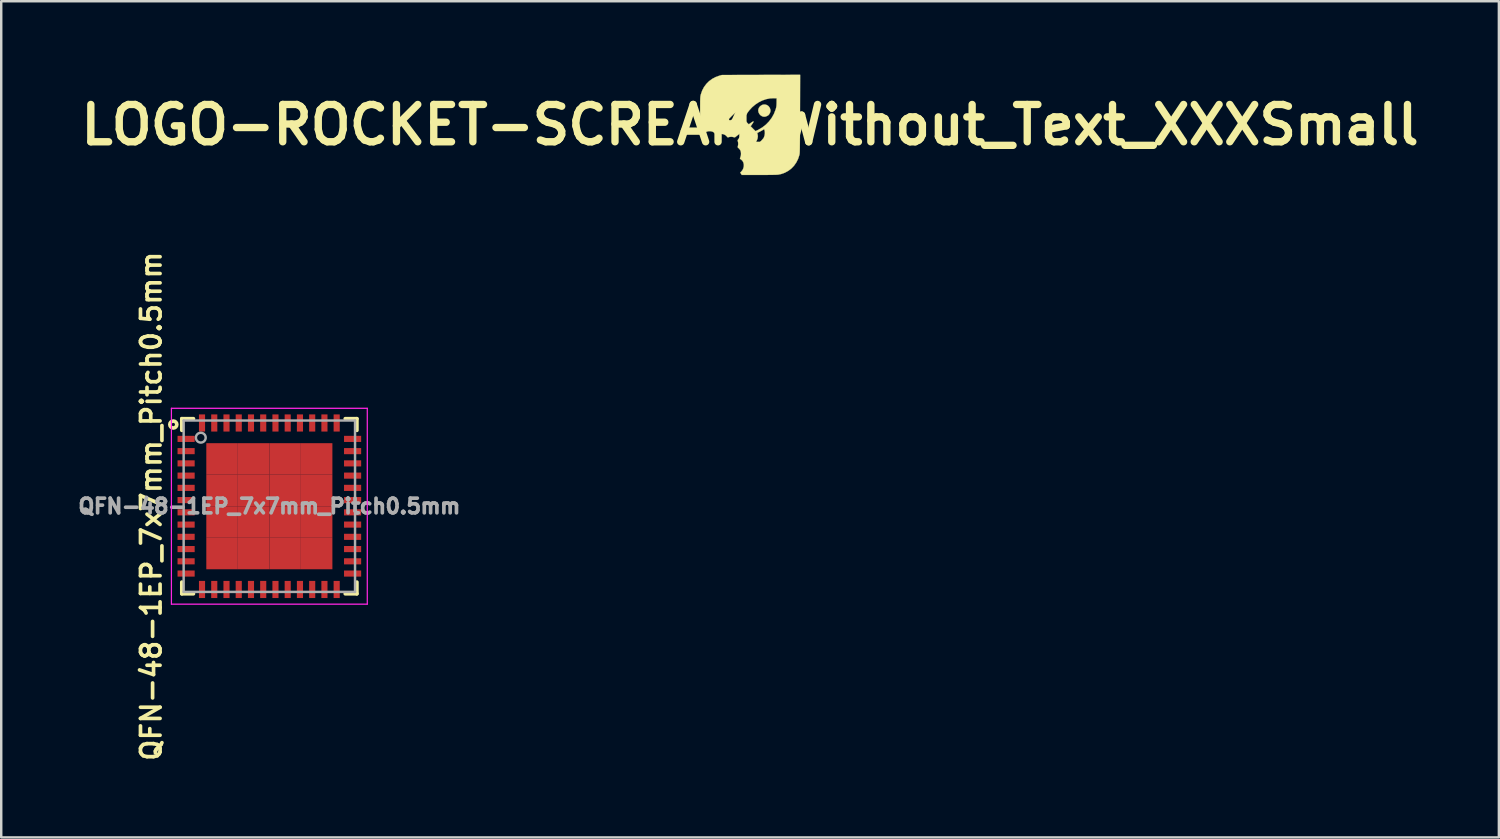
<source format=kicad_pcb>
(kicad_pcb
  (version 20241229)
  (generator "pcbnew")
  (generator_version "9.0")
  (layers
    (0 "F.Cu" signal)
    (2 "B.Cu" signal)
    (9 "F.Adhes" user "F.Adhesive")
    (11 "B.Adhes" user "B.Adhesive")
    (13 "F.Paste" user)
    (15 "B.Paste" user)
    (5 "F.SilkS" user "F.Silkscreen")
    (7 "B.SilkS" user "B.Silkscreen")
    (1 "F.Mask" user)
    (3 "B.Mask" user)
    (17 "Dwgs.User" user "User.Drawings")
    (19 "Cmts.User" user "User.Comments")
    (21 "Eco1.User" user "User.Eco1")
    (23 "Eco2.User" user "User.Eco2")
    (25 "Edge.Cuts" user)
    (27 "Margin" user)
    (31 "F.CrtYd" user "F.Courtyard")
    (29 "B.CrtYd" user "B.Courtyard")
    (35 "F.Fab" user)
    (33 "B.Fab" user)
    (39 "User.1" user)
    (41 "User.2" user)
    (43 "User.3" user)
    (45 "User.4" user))
  (footprint "LOGO-ROCKET-SCREAM_Without_Text_XXXSmall"
    (layer "F.Cu")
    (at 27.584 2.051)
    (property "Reference" "LOGO-ROCKET-SCREAM_Without_Text_XXXSmall" (at 0 0 0) (layer "F.SilkS") (effects (font (size 1.524 1.524) (thickness 0.3))))
    (attr through_hole)
    (fp_poly (pts (xy 0.63 -0.83) (xy 0.697 -0.807) (xy 0.756 -0.765) (xy 0.802 -0.703) (xy 0.805 -0.696) (xy 0.831 -0.628) (xy 0.836 -0.566) (xy 0.819 -0.502) (xy 0.803 -0.469) (xy 0.775 -0.423) (xy 0.743 -0.391) (xy 0.7 -0.366) (xy 0.63 -0.338) (xy 0.565 -0.333) (xy 0.499 -0.349) (xy 0.489 -0.354) (xy 0.427 -0.394) (xy 0.379 -0.449) (xy 0.347 -0.513) (xy 0.334 -0.581) (xy 0.337 -0.621) (xy 0.357 -0.688) (xy 0.395 -0.744) (xy 0.425 -0.772) (xy 0.489 -0.814) (xy 0.559 -0.833) (xy 0.63 -0.83)) (stroke (width 0.01) (type solid)) (fill yes) (layer "F.SilkS"))
    (fp_poly (pts (xy 2.041 -0.448) (xy 2.041 -0.212) (xy 2.04 -0.000273) (xy 2.039 0.189) (xy 2.039 0.357) (xy 2.038 0.505) (xy 2.037 0.634) (xy 2.036 0.747) (xy 2.035 0.843) (xy 2.034 0.925) (xy 2.033 0.994) (xy 2.031 1.051) (xy 2.03 1.097) (xy 2.028 1.135) (xy 2.026 1.165) (xy 2.023 1.189) (xy 2.02 1.208) (xy 2.017 1.223) (xy 2.015 1.232) (xy 1.961 1.393) (xy 1.887 1.539) (xy 1.795 1.67) (xy 1.686 1.783) (xy 1.562 1.877) (xy 1.425 1.952) (xy 1.274 2.006) (xy 1.156 2.031) (xy 1.125 2.034) (xy 1.071 2.037) (xy 0.995 2.039) (xy 0.9 2.041) (xy 0.788 2.042) (xy 0.66 2.044) (xy 0.519 2.044) (xy 0.367 2.045) (xy -0.338 2.045) (xy -0.401 1.949) (xy -0.358 1.906) (xy -0.306 1.841) (xy -0.272 1.766) (xy -0.255 1.687) (xy -0.256 1.608) (xy -0.274 1.534) (xy -0.309 1.47) (xy -0.354 1.426) (xy -0.384 1.404) (xy -0.406 1.387) (xy -0.41 1.384) (xy -0.411 1.369) (xy -0.402 1.339) (xy -0.394 1.32) (xy -0.375 1.255) (xy -0.369 1.18) (xy -0.375 1.106) (xy -0.392 1.047) (xy -0.418 1.006) (xy -0.452 0.966) (xy -0.463 0.956) (xy -0.491 0.932) (xy -0.498 0.921) (xy 0.171 0.921) (xy 0.175 0.923) (xy 0.193 0.91) (xy 0.223 0.883) (xy 0.262 0.847) (xy 0.307 0.803) (xy 0.356 0.754) (xy 0.405 0.703) (xy 0.452 0.654) (xy 0.493 0.608) (xy 0.527 0.569) (xy 0.551 0.539) (xy 0.56 0.525) (xy 0.591 0.439) (xy 0.605 0.348) (xy 0.601 0.262) (xy 0.598 0.248) (xy 0.588 0.21) (xy 0.579 0.185) (xy 0.574 0.178) (xy 0.559 0.184) (xy 0.532 0.201) (xy 0.527 0.204) (xy 0.498 0.222) (xy 0.454 0.247) (xy 0.404 0.273) (xy 0.391 0.28) (xy 0.294 0.33) (xy 0.306 0.371) (xy 0.319 0.462) (xy 0.308 0.554) (xy 0.273 0.644) (xy 0.249 0.684) (xy 0.211 0.759) (xy 0.193 0.821) (xy 0.184 0.866) (xy 0.176 0.904) (xy 0.171 0.921) (xy -0.498 0.921) (xy -0.503 0.913) (xy -0.502 0.89) (xy -0.496 0.868) (xy -0.485 0.804) (xy -0.485 0.738) (xy -0.495 0.681) (xy -0.5 0.667) (xy -0.506 0.65) (xy -0.507 0.634) (xy -0.5 0.615) (xy -0.483 0.589) (xy -0.454 0.55) (xy -0.426 0.514) (xy -0.354 0.424) (xy -0.294 0.345) (xy -0.278 0.324) (xy 0.267 0.324) (xy 0.273 0.33) (xy 0.279 0.324) (xy 0.273 0.318) (xy 0.267 0.324) (xy -0.278 0.324) (xy -0.245 0.28) (xy -0.209 0.231) (xy -0.188 0.198) (xy -0.181 0.183) (xy -0.181 0.183) (xy -0.192 0.188) (xy -0.22 0.207) (xy -0.261 0.236) (xy -0.311 0.273) (xy -0.367 0.316) (xy -0.426 0.36) (xy -0.484 0.405) (xy -0.538 0.447) (xy -0.582 0.483) (xy -0.61 0.504) (xy -0.632 0.51) (xy -0.659 0.505) (xy -0.671 0.5) (xy -0.748 0.485) (xy -0.828 0.49) (xy -0.866 0.5) (xy -0.894 0.509) (xy -0.913 0.508) (xy -0.931 0.494) (xy -0.953 0.467) (xy -1.011 0.415) (xy -1.081 0.382) (xy -1.16 0.368) (xy -1.242 0.374) (xy -1.314 0.398) (xy -1.377 0.427) (xy -1.415 0.37) (xy -1.468 0.314) (xy -1.534 0.276) (xy -1.609 0.257) (xy -1.689 0.257) (xy -1.769 0.276) (xy -1.845 0.314) (xy -1.886 0.346) (xy -1.945 0.398) (xy -1.992 0.371) (xy -2.038 0.344) (xy -2.038 -0.171) (xy -0.918 -0.171) (xy -0.914 -0.171) (xy -0.883 -0.178) (xy -0.839 -0.184) (xy -0.819 -0.187) (xy -0.759 -0.201) (xy -0.709 -0.23) (xy -0.241 -0.23) (xy -0.233 -0.213) (xy -0.209 -0.183) (xy -0.175 -0.146) (xy -0.147 -0.117) (xy -0.052 -0.024) (xy 0.04 -0.088) (xy 0.092 -0.123) (xy 0.126 -0.14) (xy 0.143 -0.139) (xy 0.141 -0.12) (xy 0.121 -0.083) (xy 0.09 -0.036) (xy 0.025 0.056) (xy 0.123 0.155) (xy 0.163 0.195) (xy 0.196 0.227) (xy 0.218 0.248) (xy 0.225 0.254) (xy 0.238 0.249) (xy 0.267 0.234) (xy 0.31 0.213) (xy 0.341 0.198) (xy 0.501 0.103) (xy 0.646 -0.01) (xy 0.774 -0.141) (xy 0.884 -0.287) (xy 0.974 -0.447) (xy 1.041 -0.618) (xy 1.049 -0.641) (xy 1.064 -0.696) (xy 1.074 -0.746) (xy 1.08 -0.798) (xy 1.083 -0.86) (xy 1.084 -0.921) (xy 1.086 -1.086) (xy 0.969 -1.089) (xy 0.814 -1.082) (xy 0.658 -1.051) (xy 0.504 -0.998) (xy 0.356 -0.924) (xy 0.215 -0.831) (xy 0.085 -0.721) (xy -0.031 -0.594) (xy -0.054 -0.565) (xy -0.095 -0.508) (xy -0.135 -0.446) (xy -0.173 -0.383) (xy -0.204 -0.325) (xy -0.228 -0.275) (xy -0.24 -0.24) (xy -0.241 -0.23) (xy -0.709 -0.23) (xy -0.703 -0.234) (xy -0.7 -0.236) (xy -0.616 -0.286) (xy -0.525 -0.312) (xy -0.44 -0.314) (xy -0.395 -0.309) (xy -0.359 -0.304) (xy -0.343 -0.3) (xy -0.329 -0.304) (xy -0.311 -0.327) (xy -0.287 -0.371) (xy -0.283 -0.379) (xy -0.258 -0.43) (xy -0.231 -0.478) (xy -0.21 -0.513) (xy -0.19 -0.544) (xy -0.179 -0.566) (xy -0.178 -0.571) (xy -0.189 -0.58) (xy -0.218 -0.59) (xy -0.249 -0.597) (xy -0.341 -0.604) (xy -0.435 -0.59) (xy -0.525 -0.556) (xy -0.532 -0.552) (xy -0.558 -0.534) (xy -0.594 -0.505) (xy -0.638 -0.467) (xy -0.686 -0.422) (xy -0.736 -0.374) (xy -0.785 -0.325) (xy -0.83 -0.279) (xy -0.869 -0.237) (xy -0.898 -0.204) (xy -0.916 -0.18) (xy -0.918 -0.171) (xy -2.038 -0.171) (xy -2.038 -0.396) (xy -2.038 -0.552) (xy -2.038 -0.685) (xy -2.038 -0.797) (xy -2.037 -0.89) (xy -2.037 -0.966) (xy -2.035 -1.028) (xy -2.034 -1.078) (xy -2.031 -1.118) (xy -2.029 -1.15) (xy -2.025 -1.177) (xy -2.021 -1.2) (xy -2.016 -1.222) (xy -2.01 -1.245) (xy -1.956 -1.401) (xy -1.881 -1.545) (xy -1.786 -1.673) (xy -1.674 -1.786) (xy -1.544 -1.881) (xy -1.4 -1.957) (xy -1.251 -2.01) (xy -1.149 -2.038) (xy 0.448 -2.042) (xy 2.046 -2.046) (xy 2.041 -0.448)) (stroke (width 0.01) (type solid)) (fill yes) (layer "F.SilkS")))
  (footprint "QFN-48-1EP_7x7mm_Pitch0.5mm"
    (layer "F.Cu")
    (at 7.951 17.626)
    (property "Reference" "QFN-48-1EP_7x7mm_Pitch0.5mm" (at -4.826 0 90) (layer "F.SilkS") (effects (font (size 0.8 0.8) (thickness 0.15))))
    (attr smd)
    (fp_line (start -3.575 -3.575) (end -3.575 -3.1) (stroke (width 0.15) (type solid)) (layer "F.SilkS"))
    (fp_line (start -3.575 -3.575) (end -3.1 -3.575) (stroke (width 0.15) (type solid)) (layer "F.SilkS"))
    (fp_line (start -3.575 3.575) (end -3.575 3.1) (stroke (width 0.15) (type solid)) (layer "F.SilkS"))
    (fp_line (start -3.575 3.575) (end -3.1 3.575) (stroke (width 0.15) (type solid)) (layer "F.SilkS"))
    (fp_line (start 3.575 -3.575) (end 3.1 -3.575) (stroke (width 0.15) (type solid)) (layer "F.SilkS"))
    (fp_line (start 3.575 -3.575) (end 3.575 -3.1) (stroke (width 0.15) (type solid)) (layer "F.SilkS"))
    (fp_line (start 3.575 3.575) (end 3.1 3.575) (stroke (width 0.15) (type solid)) (layer "F.SilkS"))
    (fp_line (start 3.575 3.575) (end 3.575 3.1) (stroke (width 0.15) (type solid)) (layer "F.SilkS"))
    (fp_circle (center -3.922 -3.337) (end -3.784 -3.302) (stroke (width 0.15) (type solid)) (fill no) (layer "F.SilkS"))
    (fp_line (start -4 -4) (end -4 4) (stroke (width 0.05) (type solid)) (layer "F.CrtYd"))
    (fp_line (start -4 -4) (end 4 -4) (stroke (width 0.05) (type solid)) (layer "F.CrtYd"))
    (fp_line (start -4 4) (end 4 4) (stroke (width 0.05) (type solid)) (layer "F.CrtYd"))
    (fp_line (start 4 -4) (end 4 4) (stroke (width 0.05) (type solid)) (layer "F.CrtYd"))
    (fp_line (start -3.5 3.5) (end -3.5 -3.5) (stroke (width 0.1) (type solid)) (layer "F.Fab"))
    (fp_line (start -3.5 3.5) (end 3.5 3.5) (stroke (width 0.1) (type solid)) (layer "F.Fab"))
    (fp_line (start 3.5 -3.5) (end -3.5 -3.5) (stroke (width 0.1) (type solid)) (layer "F.Fab"))
    (fp_line (start 3.5 -3.5) (end 3.5 3.5) (stroke (width 0.1) (type solid)) (layer "F.Fab"))
    (fp_circle (center -2.8 -2.8) (end -2.6 -2.8) (stroke (width 0.1) (type solid)) (fill no) (layer "F.Fab"))
    (fp_text user "${REFERENCE}" (at 0 0 180) (layer "F.Fab") (effects (font (size 0.6 0.6) (thickness 0.15))))
    (pad "1" smd rect (at -3.4 -2.75) (size 0.7 0.25) (layers "F.Cu" "F.Mask" "F.Paste"))
    (pad "2" smd rect (at -3.4 -2.25) (size 0.7 0.25) (layers "F.Cu" "F.Mask" "F.Paste"))
    (pad "3" smd rect (at -3.4 -1.75) (size 0.7 0.25) (layers "F.Cu" "F.Mask" "F.Paste"))
    (pad "4" smd rect (at -3.4 -1.25) (size 0.7 0.25) (layers "F.Cu" "F.Mask" "F.Paste"))
    (pad "5" smd rect (at -3.4 -0.75) (size 0.7 0.25) (layers "F.Cu" "F.Mask" "F.Paste"))
    (pad "6" smd rect (at -3.4 -0.25) (size 0.7 0.25) (layers "F.Cu" "F.Mask" "F.Paste"))
    (pad "7" smd rect (at -3.4 0.25) (size 0.7 0.25) (layers "F.Cu" "F.Mask" "F.Paste"))
    (pad "8" smd rect (at -3.4 0.75) (size 0.7 0.25) (layers "F.Cu" "F.Mask" "F.Paste"))
    (pad "9" smd rect (at -3.4 1.25) (size 0.7 0.25) (layers "F.Cu" "F.Mask" "F.Paste"))
    (pad "10" smd rect (at -3.4 1.75) (size 0.7 0.25) (layers "F.Cu" "F.Mask" "F.Paste"))
    (pad "11" smd rect (at -3.4 2.25) (size 0.7 0.25) (layers "F.Cu" "F.Mask" "F.Paste"))
    (pad "12" smd rect (at -3.4 2.75) (size 0.7 0.25) (layers "F.Cu" "F.Mask" "F.Paste"))
    (pad "13" smd rect (at -2.75 3.4 90) (size 0.7 0.25) (layers "F.Cu" "F.Mask" "F.Paste"))
    (pad "14" smd rect (at -2.25 3.4 90) (size 0.7 0.25) (layers "F.Cu" "F.Mask" "F.Paste"))
    (pad "15" smd rect (at -1.75 3.4 90) (size 0.7 0.25) (layers "F.Cu" "F.Mask" "F.Paste"))
    (pad "16" smd rect (at -1.25 3.4 90) (size 0.7 0.25) (layers "F.Cu" "F.Mask" "F.Paste"))
    (pad "17" smd rect (at -0.75 3.4 90) (size 0.7 0.25) (layers "F.Cu" "F.Mask" "F.Paste"))
    (pad "18" smd rect (at -0.25 3.4 90) (size 0.7 0.25) (layers "F.Cu" "F.Mask" "F.Paste"))
    (pad "19" smd rect (at 0.25 3.4 90) (size 0.7 0.25) (layers "F.Cu" "F.Mask" "F.Paste"))
    (pad "20" smd rect (at 0.75 3.4 90) (size 0.7 0.25) (layers "F.Cu" "F.Mask" "F.Paste"))
    (pad "21" smd rect (at 1.25 3.4 90) (size 0.7 0.25) (layers "F.Cu" "F.Mask" "F.Paste"))
    (pad "22" smd rect (at 1.75 3.4 90) (size 0.7 0.25) (layers "F.Cu" "F.Mask" "F.Paste"))
    (pad "23" smd rect (at 2.25 3.4 90) (size 0.7 0.25) (layers "F.Cu" "F.Mask" "F.Paste"))
    (pad "24" smd rect (at 2.75 3.4 90) (size 0.7 0.25) (layers "F.Cu" "F.Mask" "F.Paste"))
    (pad "25" smd rect (at 3.4 2.75) (size 0.7 0.25) (layers "F.Cu" "F.Mask" "F.Paste"))
    (pad "26" smd rect (at 3.4 2.25) (size 0.7 0.25) (layers "F.Cu" "F.Mask" "F.Paste"))
    (pad "27" smd rect (at 3.4 1.75) (size 0.7 0.25) (layers "F.Cu" "F.Mask" "F.Paste"))
    (pad "28" smd rect (at 3.4 1.25) (size 0.7 0.25) (layers "F.Cu" "F.Mask" "F.Paste"))
    (pad "29" smd rect (at 3.4 0.75) (size 0.7 0.25) (layers "F.Cu" "F.Mask" "F.Paste"))
    (pad "30" smd rect (at 3.4 0.25) (size 0.7 0.25) (layers "F.Cu" "F.Mask" "F.Paste"))
    (pad "31" smd rect (at 3.4 -0.25) (size 0.7 0.25) (layers "F.Cu" "F.Mask" "F.Paste"))
    (pad "32" smd rect (at 3.4 -0.75) (size 0.7 0.25) (layers "F.Cu" "F.Mask" "F.Paste"))
    (pad "33" smd rect (at 3.4 -1.25) (size 0.7 0.25) (layers "F.Cu" "F.Mask" "F.Paste"))
    (pad "34" smd rect (at 3.4 -1.75) (size 0.7 0.25) (layers "F.Cu" "F.Mask" "F.Paste"))
    (pad "35" smd rect (at 3.4 -2.25) (size 0.7 0.25) (layers "F.Cu" "F.Mask" "F.Paste"))
    (pad "36" smd rect (at 3.4 -2.75) (size 0.7 0.25) (layers "F.Cu" "F.Mask" "F.Paste"))
    (pad "37" smd rect (at 2.75 -3.4 90) (size 0.7 0.25) (layers "F.Cu" "F.Mask" "F.Paste"))
    (pad "38" smd rect (at 2.25 -3.4 90) (size 0.7 0.25) (layers "F.Cu" "F.Mask" "F.Paste"))
    (pad "39" smd rect (at 1.75 -3.4 90) (size 0.7 0.25) (layers "F.Cu" "F.Mask" "F.Paste"))
    (pad "40" smd rect (at 1.25 -3.4 90) (size 0.7 0.25) (layers "F.Cu" "F.Mask" "F.Paste"))
    (pad "41" smd rect (at 0.75 -3.4 90) (size 0.7 0.25) (layers "F.Cu" "F.Mask" "F.Paste"))
    (pad "42" smd rect (at 0.25 -3.4 90) (size 0.7 0.25) (layers "F.Cu" "F.Mask" "F.Paste"))
    (pad "43" smd rect (at -0.25 -3.4 90) (size 0.7 0.25) (layers "F.Cu" "F.Mask" "F.Paste"))
    (pad "44" smd rect (at -0.75 -3.4 90) (size 0.7 0.25) (layers "F.Cu" "F.Mask" "F.Paste"))
    (pad "45" smd rect (at -1.25 -3.4 90) (size 0.7 0.25) (layers "F.Cu" "F.Mask" "F.Paste"))
    (pad "46" smd rect (at -1.75 -3.4 90) (size 0.7 0.25) (layers "F.Cu" "F.Mask" "F.Paste"))
    (pad "47" smd rect (at -2.25 -3.4 90) (size 0.7 0.25) (layers "F.Cu" "F.Mask" "F.Paste"))
    (pad "48" smd rect (at -2.75 -3.4 90) (size 0.7 0.25) (layers "F.Cu" "F.Mask" "F.Paste"))
    (pad "49" smd rect (at -1.931 -1.931) (size 1.288 1.288) (layers "F.Cu" "F.Mask" "F.Paste"))
    (pad "49" smd rect (at -1.931 -0.644) (size 1.288 1.288) (layers "F.Cu" "F.Mask" "F.Paste"))
    (pad "49" smd rect (at -1.931 0.644) (size 1.288 1.288) (layers "F.Cu" "F.Mask" "F.Paste"))
    (pad "49" smd rect (at -1.931 1.931) (size 1.288 1.288) (layers "F.Cu" "F.Mask" "F.Paste"))
    (pad "49" smd rect (at -0.644 -1.931) (size 1.288 1.288) (layers "F.Cu" "F.Mask" "F.Paste"))
    (pad "49" smd rect (at -0.644 -0.644) (size 1.288 1.288) (layers "F.Cu" "F.Mask" "F.Paste"))
    (pad "49" smd rect (at -0.644 0.644) (size 1.288 1.288) (layers "F.Cu" "F.Mask" "F.Paste"))
    (pad "49" smd rect (at -0.644 1.931) (size 1.288 1.288) (layers "F.Cu" "F.Mask" "F.Paste"))
    (pad "49" smd rect (at 0.644 -1.931) (size 1.288 1.288) (layers "F.Cu" "F.Mask" "F.Paste"))
    (pad "49" smd rect (at 0.644 -0.644) (size 1.288 1.288) (layers "F.Cu" "F.Mask" "F.Paste"))
    (pad "49" smd rect (at 0.644 0.644) (size 1.288 1.288) (layers "F.Cu" "F.Mask" "F.Paste"))
    (pad "49" smd rect (at 0.644 1.931) (size 1.288 1.288) (layers "F.Cu" "F.Mask" "F.Paste"))
    (pad "49" smd rect (at 1.931 -1.931) (size 1.288 1.288) (layers "F.Cu" "F.Mask" "F.Paste"))
    (pad "49" smd rect (at 1.931 -0.644) (size 1.288 1.288) (layers "F.Cu" "F.Mask" "F.Paste"))
    (pad "49" smd rect (at 1.931 0.644) (size 1.288 1.288) (layers "F.Cu" "F.Mask" "F.Paste"))
    (pad "49" smd rect (at 1.931 1.931) (size 1.288 1.288) (layers "F.Cu" "F.Mask" "F.Paste")))
  (gr_rect
    (start -3 -3)
    (end 58.169 31.152)
    (stroke (width 0.1) (type default))
    (fill no)
    (layer "Edge.Cuts")))
</source>
